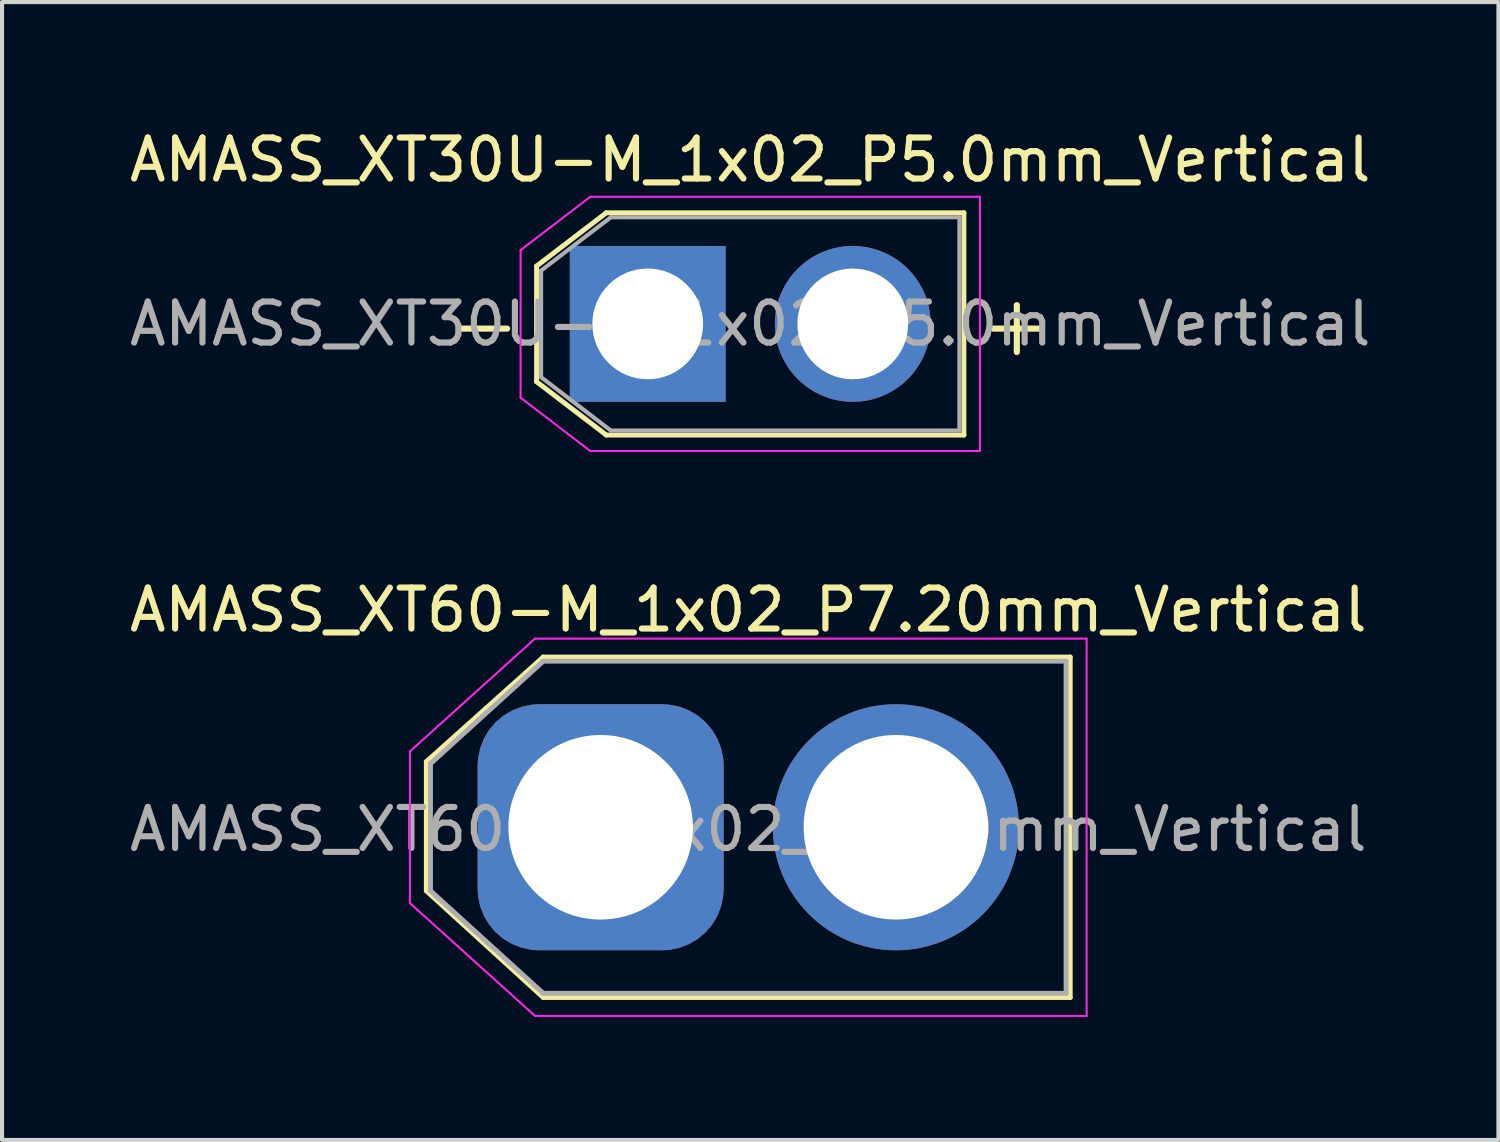
<source format=kicad_pcb>
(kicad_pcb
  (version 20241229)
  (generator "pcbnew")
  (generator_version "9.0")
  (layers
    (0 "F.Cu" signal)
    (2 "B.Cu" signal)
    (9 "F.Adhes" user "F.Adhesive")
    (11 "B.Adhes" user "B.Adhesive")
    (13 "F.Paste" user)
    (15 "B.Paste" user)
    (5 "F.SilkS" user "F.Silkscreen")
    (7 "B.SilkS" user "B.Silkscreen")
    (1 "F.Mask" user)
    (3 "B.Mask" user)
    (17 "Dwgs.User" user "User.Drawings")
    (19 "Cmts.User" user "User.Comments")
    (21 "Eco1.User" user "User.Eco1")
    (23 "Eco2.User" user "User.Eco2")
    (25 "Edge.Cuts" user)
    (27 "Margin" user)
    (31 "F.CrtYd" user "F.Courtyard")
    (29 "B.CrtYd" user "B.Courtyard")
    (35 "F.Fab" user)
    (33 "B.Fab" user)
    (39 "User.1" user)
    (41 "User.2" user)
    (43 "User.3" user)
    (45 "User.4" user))
  (footprint "AMASS_XT60-M_1x02_P7.20mm_Vertical"
    (layer "F.Cu")
    (at 11.596 17.122)
    (property "Reference" "AMASS_XT60-M_1x02_P7.20mm_Vertical" (at 3.6 -5.3 180) (layer "F.SilkS") (effects (font (size 1 1) (thickness 0.15))))
    (attr through_hole)
    (fp_line (start -4.25 -1.6) (end -4.25 1.55) (stroke (width 0.12) (type solid)) (layer "F.SilkS"))
    (fp_line (start -4.25 1.55) (end -1.4 4.15) (stroke (width 0.12) (type solid)) (layer "F.SilkS"))
    (fp_line (start -1.4 -4.15) (end -4.25 -1.6) (stroke (width 0.12) (type solid)) (layer "F.SilkS"))
    (fp_line (start -1.4 4.15) (end 11.45 4.15) (stroke (width 0.12) (type solid)) (layer "F.SilkS"))
    (fp_line (start 11.45 -4.15) (end -1.4 -4.15) (stroke (width 0.12) (type solid)) (layer "F.SilkS"))
    (fp_line (start 11.45 4.15) (end 11.45 -4.15) (stroke (width 0.12) (type solid)) (layer "F.SilkS"))
    (fp_line (start -4.65 -1.85) (end -1.6 -4.6) (stroke (width 0.05) (type solid)) (layer "F.CrtYd"))
    (fp_line (start -4.65 1.85) (end -4.65 -1.85) (stroke (width 0.05) (type solid)) (layer "F.CrtYd"))
    (fp_line (start -1.6 -4.6) (end 11.85 -4.6) (stroke (width 0.05) (type solid)) (layer "F.CrtYd"))
    (fp_line (start -1.6 4.6) (end -4.65 1.85) (stroke (width 0.05) (type solid)) (layer "F.CrtYd"))
    (fp_line (start 11.85 -4.6) (end 11.85 4.6) (stroke (width 0.05) (type solid)) (layer "F.CrtYd"))
    (fp_line (start 11.85 4.6) (end -1.6 4.6) (stroke (width 0.05) (type solid)) (layer "F.CrtYd"))
    (fp_line (start -4.15 -1.55) (end -4.15 1.55) (stroke (width 0.12) (type solid)) (layer "F.Fab"))
    (fp_line (start -4.15 1.55) (end -1.4 4.05) (stroke (width 0.12) (type solid)) (layer "F.Fab"))
    (fp_line (start -1.4 -4.05) (end -4.15 -1.55) (stroke (width 0.12) (type solid)) (layer "F.Fab"))
    (fp_line (start -1.4 4.05) (end 11.35 4.05) (stroke (width 0.12) (type solid)) (layer "F.Fab"))
    (fp_line (start 11.35 -4.05) (end -1.4 -4.05) (stroke (width 0.12) (type solid)) (layer "F.Fab"))
    (fp_line (start 11.35 4.05) (end 11.35 -4.05) (stroke (width 0.12) (type solid)) (layer "F.Fab"))
    (fp_text user "${REFERENCE}" (at 3.6 0.05 0) (layer "F.Fab") (effects (font (size 1 1) (thickness 0.15))))
    (pad "1" thru_hole roundrect (at 0 0) (size 6 6) (drill 4.5) (layers "*.Cu" "*.Mask") (roundrect_rratio 0.25))
    (pad "2" thru_hole circle (at 7.2 0) (size 6 6) (drill 4.5) (layers "*.Cu" "*.Mask")))
  (footprint "AMASS_XT30U-M_1x02_P5.0mm_Vertical"
    (layer "F.Cu")
    (at 12.744 4.848)
    (property "Reference" "AMASS_XT30U-M_1x02_P5.0mm_Vertical" (at 2.5 -4 0) (layer "F.SilkS") (effects (font (size 1 1) (thickness 0.15))))
    (attr through_hole)
    (fp_line (start -2.71 -1.41) (end -2.71 1.41) (stroke (width 0.12) (type solid)) (layer "F.SilkS"))
    (fp_line (start -2.71 -1.41) (end -1.01 -2.71) (stroke (width 0.12) (type solid)) (layer "F.SilkS"))
    (fp_line (start -2.71 1.41) (end -1.01 2.71) (stroke (width 0.12) (type solid)) (layer "F.SilkS"))
    (fp_line (start -1.01 -2.71) (end 7.71 -2.71) (stroke (width 0.12) (type solid)) (layer "F.SilkS"))
    (fp_line (start -1.01 2.71) (end 7.71 2.71) (stroke (width 0.12) (type solid)) (layer "F.SilkS"))
    (fp_line (start 7.71 -2.71) (end 7.71 2.71) (stroke (width 0.12) (type solid)) (layer "F.SilkS"))
    (fp_line (start -3.1 -1.8) (end -3.1 1.8) (stroke (width 0.05) (type solid)) (layer "F.CrtYd"))
    (fp_line (start -3.1 -1.8) (end -1.4 -3.1) (stroke (width 0.05) (type solid)) (layer "F.CrtYd"))
    (fp_line (start -3.1 1.8) (end -1.4 3.1) (stroke (width 0.05) (type solid)) (layer "F.CrtYd"))
    (fp_line (start -1.4 -3.1) (end 8.1 -3.1) (stroke (width 0.05) (type solid)) (layer "F.CrtYd"))
    (fp_line (start -1.4 3.1) (end 8.1 3.1) (stroke (width 0.05) (type solid)) (layer "F.CrtYd"))
    (fp_line (start 8.1 -3.1) (end 8.1 3.1) (stroke (width 0.05) (type solid)) (layer "F.CrtYd"))
    (fp_line (start -2.6 -1.3) (end -2.6 1.3) (stroke (width 0.1) (type solid)) (layer "F.Fab"))
    (fp_line (start -2.6 -1.3) (end -0.9 -2.6) (stroke (width 0.1) (type solid)) (layer "F.Fab"))
    (fp_line (start -2.6 1.3) (end -0.9 2.6) (stroke (width 0.1) (type solid)) (layer "F.Fab"))
    (fp_line (start -0.9 -2.6) (end 7.6 -2.6) (stroke (width 0.1) (type solid)) (layer "F.Fab"))
    (fp_line (start -0.9 2.6) (end 7.6 2.6) (stroke (width 0.1) (type solid)) (layer "F.Fab"))
    (fp_line (start 7.6 -2.6) (end 7.6 2.6) (stroke (width 0.1) (type solid)) (layer "F.Fab"))
    (fp_text user "+" (at 9 0 0) (layer "F.SilkS") (effects (font (size 1.5 1.5) (thickness 0.15))))
    (fp_text user "-" (at -4 0 0) (layer "F.SilkS") (effects (font (size 1.5 1.5) (thickness 0.15))))
    (fp_text user "${REFERENCE}" (at 2.5 0 0) (layer "F.Fab") (effects (font (size 1 1) (thickness 0.15))))
    (pad "1" thru_hole rect (at 0 0) (size 3.8 3.8) (drill 2.7) (layers "*.Cu" "*.Mask"))
    (pad "2" thru_hole circle (at 5 0) (size 3.8 3.8) (drill 2.7) (layers "*.Cu" "*.Mask")))
  (gr_rect
    (start -3 -3)
    (end 33.488 24.747)
    (stroke (width 0.1) (type default))
    (fill no)
    (layer "Edge.Cuts")))
</source>
